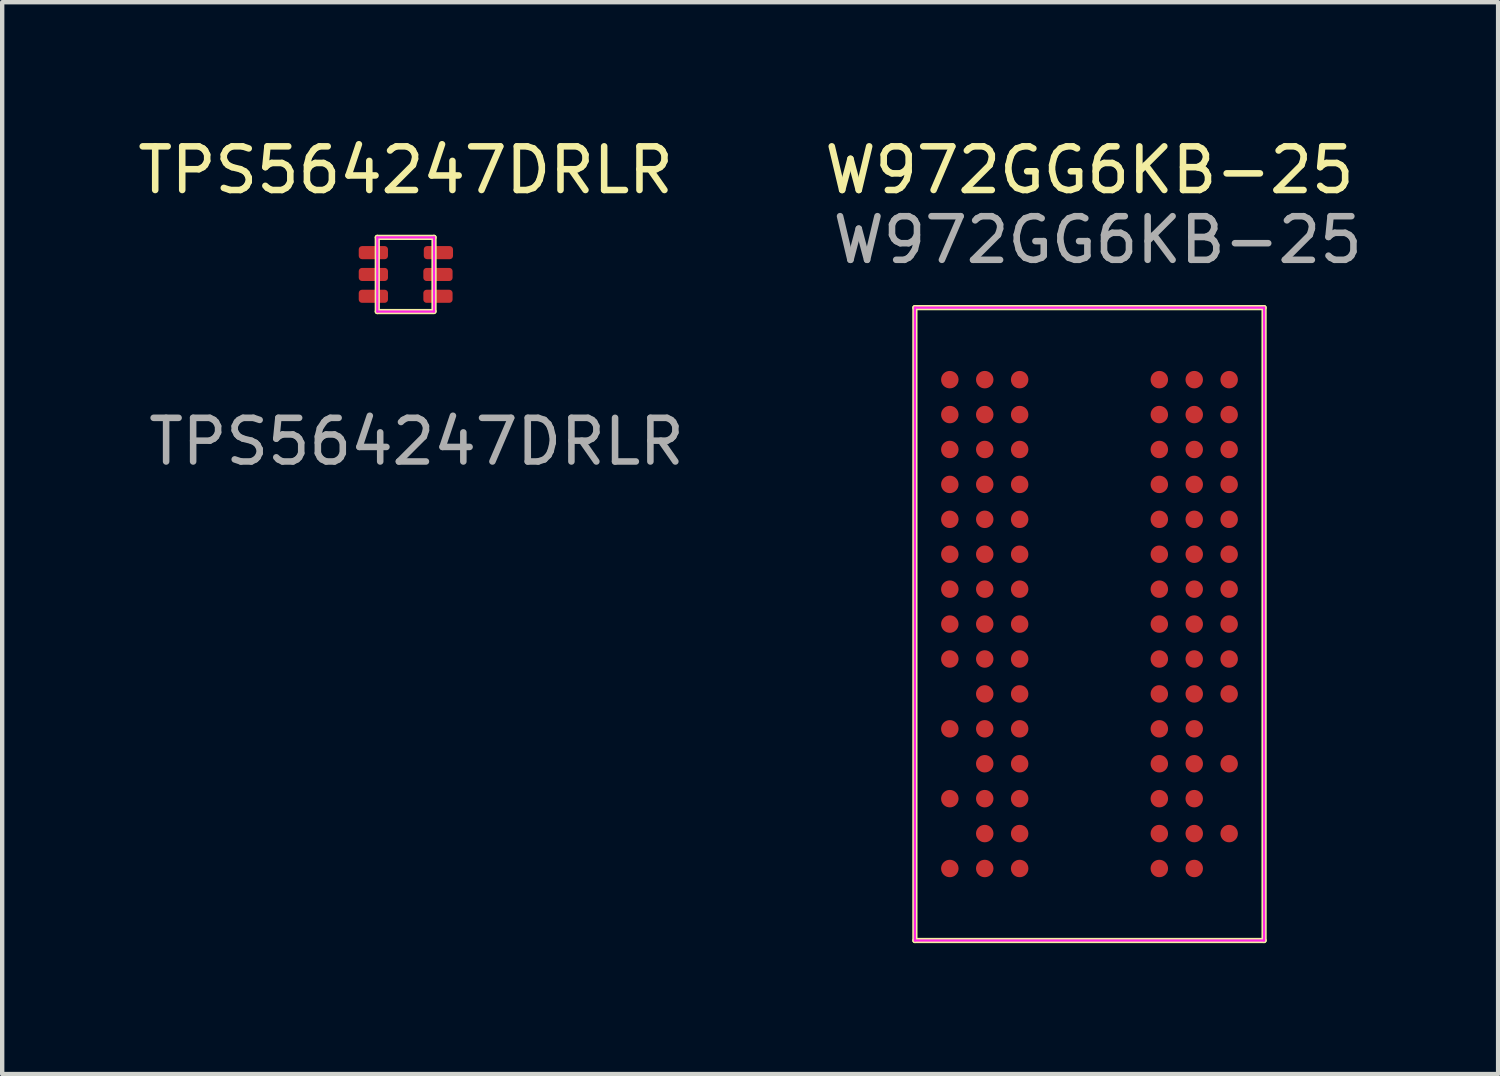
<source format=kicad_pcb>
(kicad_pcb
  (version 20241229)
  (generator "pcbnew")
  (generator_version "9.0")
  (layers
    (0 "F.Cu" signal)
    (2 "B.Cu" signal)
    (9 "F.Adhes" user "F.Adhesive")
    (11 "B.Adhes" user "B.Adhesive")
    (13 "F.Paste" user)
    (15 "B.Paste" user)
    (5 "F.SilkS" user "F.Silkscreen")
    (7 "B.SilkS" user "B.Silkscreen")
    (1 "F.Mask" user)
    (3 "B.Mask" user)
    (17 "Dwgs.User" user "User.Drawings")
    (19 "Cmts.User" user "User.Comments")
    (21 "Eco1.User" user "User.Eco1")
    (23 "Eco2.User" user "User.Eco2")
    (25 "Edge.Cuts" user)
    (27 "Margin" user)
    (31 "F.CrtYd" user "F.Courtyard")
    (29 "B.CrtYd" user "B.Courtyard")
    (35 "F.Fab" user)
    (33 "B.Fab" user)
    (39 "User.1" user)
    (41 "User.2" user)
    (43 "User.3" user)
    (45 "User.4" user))
  (footprint "TPS564247DRLR"
    (layer "F.Cu")
    (at 6.244 3.238)
    (property "Reference" "TPS564247DRLR" (at 0 -2.39 0) (unlocked yes) (layer "F.SilkS") (effects (font (size 1 1) (thickness 0.15))))
    (attr smd)
    (fp_line (start -0.65 -0.85) (end -0.65 0.85) (stroke (width 0.12) (type solid)) (layer "F.SilkS"))
    (fp_line (start -0.65 -0.85) (end 0.65 -0.85) (stroke (width 0.12) (type solid)) (layer "F.SilkS"))
    (fp_line (start -0.65 0.85) (end 0.65 0.85) (stroke (width 0.12) (type solid)) (layer "F.SilkS"))
    (fp_line (start 0.65 -0.85) (end 0.65 0.84) (stroke (width 0.12) (type solid)) (layer "F.SilkS"))
    (fp_line (start -0.65 -0.85) (end 0.65 -0.85) (stroke (width 0.05) (type solid)) (layer "F.CrtYd"))
    (fp_line (start -0.65 0.85) (end -0.65 -0.85) (stroke (width 0.05) (type solid)) (layer "F.CrtYd"))
    (fp_line (start -0.65 0.85) (end 0.65 0.85) (stroke (width 0.05) (type solid)) (layer "F.CrtYd"))
    (fp_line (start 0.65 0.85) (end 0.65 -0.85) (stroke (width 0.05) (type solid)) (layer "F.CrtYd"))
    (fp_text user "${REFERENCE}" (at 0.25 3.83 0) (unlocked yes) (layer "F.Fab") (effects (font (size 1 1) (thickness 0.15))))
    (pad "1" smd roundrect (at -0.74 -0.5) (size 0.67 0.3) (layers "F.Cu" "F.Mask" "F.Paste") (roundrect_rratio 0.25))
    (pad "2" smd roundrect (at -0.74 0) (size 0.67 0.3) (layers "F.Cu" "F.Mask" "F.Paste") (roundrect_rratio 0.25))
    (pad "3" smd roundrect (at -0.74 0.5) (size 0.67 0.3) (layers "F.Cu" "F.Mask" "F.Paste") (roundrect_rratio 0.25))
    (pad "4" smd roundrect (at 0.74 0.5) (size 0.67 0.3) (layers "F.Cu" "F.Mask" "F.Paste") (roundrect_rratio 0.25))
    (pad "5" smd roundrect (at 0.74 0) (size 0.67 0.3) (layers "F.Cu" "F.Mask" "F.Paste") (roundrect_rratio 0.25))
    (pad "6" smd roundrect (at 0.75 -0.5) (size 0.67 0.3) (layers "F.Cu" "F.Mask" "F.Paste") (roundrect_rratio 0.25)))
  (footprint "W972GG6KB-25"
    (layer "F.Cu")
    (at 21.911 11.248)
    (property "Reference" "W972GG6KB-25" (at 0 -10.4 0) (unlocked yes) (layer "F.SilkS") (effects (font (size 1 1) (thickness 0.15))))
    (attr smd)
    (fp_line (start -4 -7.25) (end 4 -7.25) (stroke (width 0.12) (type solid)) (layer "F.SilkS"))
    (fp_line (start -4 7.25) (end -4 -7.25) (stroke (width 0.12) (type solid)) (layer "F.SilkS"))
    (fp_line (start -4 7.25) (end 4 7.25) (stroke (width 0.12) (type solid)) (layer "F.SilkS"))
    (fp_line (start 4 7.25) (end 4 -7.25) (stroke (width 0.12) (type solid)) (layer "F.SilkS"))
    (fp_line (start -4 -7.25) (end 4 -7.25) (stroke (width 0.05) (type solid)) (layer "F.CrtYd"))
    (fp_line (start -4 7.25) (end -4 -7.25) (stroke (width 0.05) (type solid)) (layer "F.CrtYd"))
    (fp_line (start -4 7.25) (end 4 7.25) (stroke (width 0.05) (type solid)) (layer "F.CrtYd"))
    (fp_line (start 4 7.25) (end 4 -7.25) (stroke (width 0.05) (type solid)) (layer "F.CrtYd"))
    (fp_text user "${REFERENCE}" (at 0.19 -8.8 0) (unlocked yes) (layer "F.Fab") (effects (font (size 1 1) (thickness 0.15))))
    (pad "A1" smd circle (at -3.2 -5.6) (size 0.4 0.4) (layers "F.Cu" "F.Mask" "F.Paste"))
    (pad "A2" smd circle (at -2.4 -5.6) (size 0.4 0.4) (layers "F.Cu" "F.Mask" "F.Paste"))
    (pad "A3" smd circle (at -1.6 -5.6) (size 0.4 0.4) (layers "F.Cu" "F.Mask" "F.Paste"))
    (pad "A7" smd circle (at 1.6 -5.6) (size 0.4 0.4) (layers "F.Cu" "F.Mask" "F.Paste"))
    (pad "A8" smd circle (at 2.4 -5.6) (size 0.4 0.4) (layers "F.Cu" "F.Mask" "F.Paste"))
    (pad "A9" smd circle (at 3.2 -5.6) (size 0.4 0.4) (layers "F.Cu" "F.Mask" "F.Paste"))
    (pad "B1" smd circle (at -3.2 -4.8) (size 0.4 0.4) (layers "F.Cu" "F.Mask" "F.Paste"))
    (pad "B2" smd circle (at -2.4 -4.8) (size 0.4 0.4) (layers "F.Cu" "F.Mask" "F.Paste"))
    (pad "B3" smd circle (at -1.6 -4.8) (size 0.4 0.4) (layers "F.Cu" "F.Mask" "F.Paste"))
    (pad "B7" smd circle (at 1.6 -4.8) (size 0.4 0.4) (layers "F.Cu" "F.Mask" "F.Paste"))
    (pad "B8" smd circle (at 2.4 -4.8) (size 0.4 0.4) (layers "F.Cu" "F.Mask" "F.Paste"))
    (pad "B9" smd circle (at 3.2 -4.8) (size 0.4 0.4) (layers "F.Cu" "F.Mask" "F.Paste"))
    (pad "C1" smd circle (at -3.2 -4) (size 0.4 0.4) (layers "F.Cu" "F.Mask" "F.Paste"))
    (pad "C2" smd circle (at -2.4 -4) (size 0.4 0.4) (layers "F.Cu" "F.Mask" "F.Paste"))
    (pad "C3" smd circle (at -1.6 -4) (size 0.4 0.4) (layers "F.Cu" "F.Mask" "F.Paste"))
    (pad "C7" smd circle (at 1.6 -4) (size 0.4 0.4) (layers "F.Cu" "F.Mask" "F.Paste"))
    (pad "C8" smd circle (at 2.4 -4) (size 0.4 0.4) (layers "F.Cu" "F.Mask" "F.Paste"))
    (pad "C9" smd circle (at 3.2 -4) (size 0.4 0.4) (layers "F.Cu" "F.Mask" "F.Paste"))
    (pad "D1" smd circle (at -3.2 -3.2) (size 0.4 0.4) (layers "F.Cu" "F.Mask" "F.Paste"))
    (pad "D2" smd circle (at -2.4 -3.2) (size 0.4 0.4) (layers "F.Cu" "F.Mask" "F.Paste"))
    (pad "D3" smd circle (at -1.6 -3.2) (size 0.4 0.4) (layers "F.Cu" "F.Mask" "F.Paste"))
    (pad "D7" smd circle (at 1.6 -3.2) (size 0.4 0.4) (layers "F.Cu" "F.Mask" "F.Paste"))
    (pad "D8" smd circle (at 2.4 -3.2) (size 0.4 0.4) (layers "F.Cu" "F.Mask" "F.Paste"))
    (pad "D9" smd circle (at 3.2 -3.2) (size 0.4 0.4) (layers "F.Cu" "F.Mask" "F.Paste"))
    (pad "E1" smd circle (at -3.2 -2.4) (size 0.4 0.4) (layers "F.Cu" "F.Mask" "F.Paste"))
    (pad "E2" smd circle (at -2.4 -2.4) (size 0.4 0.4) (layers "F.Cu" "F.Mask" "F.Paste"))
    (pad "E3" smd circle (at -1.6 -2.4) (size 0.4 0.4) (layers "F.Cu" "F.Mask" "F.Paste"))
    (pad "E7" smd circle (at 1.6 -2.4) (size 0.4 0.4) (layers "F.Cu" "F.Mask" "F.Paste"))
    (pad "E8" smd circle (at 2.4 -2.4) (size 0.4 0.4) (layers "F.Cu" "F.Mask" "F.Paste"))
    (pad "E9" smd circle (at 3.2 -2.4) (size 0.4 0.4) (layers "F.Cu" "F.Mask" "F.Paste"))
    (pad "F1" smd circle (at -3.2 -1.6) (size 0.4 0.4) (layers "F.Cu" "F.Mask" "F.Paste"))
    (pad "F2" smd circle (at -2.4 -1.6) (size 0.4 0.4) (layers "F.Cu" "F.Mask" "F.Paste"))
    (pad "F3" smd circle (at -1.6 -1.6) (size 0.4 0.4) (layers "F.Cu" "F.Mask" "F.Paste"))
    (pad "F7" smd circle (at 1.6 -1.6) (size 0.4 0.4) (layers "F.Cu" "F.Mask" "F.Paste"))
    (pad "F8" smd circle (at 2.4 -1.6) (size 0.4 0.4) (layers "F.Cu" "F.Mask" "F.Paste"))
    (pad "F9" smd circle (at 3.2 -1.6) (size 0.4 0.4) (layers "F.Cu" "F.Mask" "F.Paste"))
    (pad "G1" smd circle (at -3.2 -0.8) (size 0.4 0.4) (layers "F.Cu" "F.Mask" "F.Paste"))
    (pad "G2" smd circle (at -2.4 -0.8) (size 0.4 0.4) (layers "F.Cu" "F.Mask" "F.Paste"))
    (pad "G3" smd circle (at -1.6 -0.8) (size 0.4 0.4) (layers "F.Cu" "F.Mask" "F.Paste"))
    (pad "G7" smd circle (at 1.6 -0.8) (size 0.4 0.4) (layers "F.Cu" "F.Mask" "F.Paste"))
    (pad "G8" smd circle (at 2.4 -0.8) (size 0.4 0.4) (layers "F.Cu" "F.Mask" "F.Paste"))
    (pad "G9" smd circle (at 3.2 -0.8) (size 0.4 0.4) (layers "F.Cu" "F.Mask" "F.Paste"))
    (pad "H1" smd circle (at -3.2 0) (size 0.4 0.4) (layers "F.Cu" "F.Mask" "F.Paste"))
    (pad "H2" smd circle (at -2.4 0) (size 0.4 0.4) (layers "F.Cu" "F.Mask" "F.Paste"))
    (pad "H3" smd circle (at -1.6 0) (size 0.4 0.4) (layers "F.Cu" "F.Mask" "F.Paste"))
    (pad "H7" smd circle (at 1.6 0) (size 0.4 0.4) (layers "F.Cu" "F.Mask" "F.Paste"))
    (pad "H8" smd circle (at 2.4 0) (size 0.4 0.4) (layers "F.Cu" "F.Mask" "F.Paste"))
    (pad "H9" smd circle (at 3.2 0) (size 0.4 0.4) (layers "F.Cu" "F.Mask" "F.Paste"))
    (pad "J1" smd circle (at -3.2 0.8) (size 0.4 0.4) (layers "F.Cu" "F.Mask" "F.Paste"))
    (pad "J2" smd circle (at -2.4 0.8) (size 0.4 0.4) (layers "F.Cu" "F.Mask" "F.Paste"))
    (pad "J3" smd circle (at -1.6 0.8) (size 0.4 0.4) (layers "F.Cu" "F.Mask" "F.Paste"))
    (pad "J7" smd circle (at 1.6 0.8) (size 0.4 0.4) (layers "F.Cu" "F.Mask" "F.Paste"))
    (pad "J8" smd circle (at 2.4 0.8) (size 0.4 0.4) (layers "F.Cu" "F.Mask" "F.Paste"))
    (pad "J9" smd circle (at 3.2 0.8) (size 0.4 0.4) (layers "F.Cu" "F.Mask" "F.Paste"))
    (pad "K2" smd circle (at -2.4 1.6) (size 0.4 0.4) (layers "F.Cu" "F.Mask" "F.Paste"))
    (pad "K3" smd circle (at -1.6 1.6) (size 0.4 0.4) (layers "F.Cu" "F.Mask" "F.Paste"))
    (pad "K7" smd circle (at 1.6 1.6) (size 0.4 0.4) (layers "F.Cu" "F.Mask" "F.Paste"))
    (pad "K8" smd circle (at 2.4 1.6) (size 0.4 0.4) (layers "F.Cu" "F.Mask" "F.Paste"))
    (pad "K9" smd circle (at 3.2 1.6) (size 0.4 0.4) (layers "F.Cu" "F.Mask" "F.Paste"))
    (pad "L1" smd circle (at -3.2 2.4) (size 0.4 0.4) (layers "F.Cu" "F.Mask" "F.Paste"))
    (pad "L2" smd circle (at -2.4 2.4) (size 0.4 0.4) (layers "F.Cu" "F.Mask" "F.Paste"))
    (pad "L3" smd circle (at -1.6 2.4) (size 0.4 0.4) (layers "F.Cu" "F.Mask" "F.Paste"))
    (pad "L7" smd circle (at 1.6 2.4) (size 0.4 0.4) (layers "F.Cu" "F.Mask" "F.Paste"))
    (pad "L8" smd circle (at 2.4 2.4) (size 0.4 0.4) (layers "F.Cu" "F.Mask" "F.Paste"))
    (pad "M2" smd circle (at -2.4 3.2) (size 0.4 0.4) (layers "F.Cu" "F.Mask" "F.Paste"))
    (pad "M3" smd circle (at -1.6 3.2) (size 0.4 0.4) (layers "F.Cu" "F.Mask" "F.Paste"))
    (pad "M7" smd circle (at 1.6 3.2) (size 0.4 0.4) (layers "F.Cu" "F.Mask" "F.Paste"))
    (pad "M8" smd circle (at 2.4 3.2) (size 0.4 0.4) (layers "F.Cu" "F.Mask" "F.Paste"))
    (pad "M9" smd circle (at 3.2 3.2) (size 0.4 0.4) (layers "F.Cu" "F.Mask" "F.Paste"))
    (pad "N1" smd circle (at -3.2 4) (size 0.4 0.4) (layers "F.Cu" "F.Mask" "F.Paste"))
    (pad "N2" smd circle (at -2.4 4) (size 0.4 0.4) (layers "F.Cu" "F.Mask" "F.Paste"))
    (pad "N3" smd circle (at -1.6 4) (size 0.4 0.4) (layers "F.Cu" "F.Mask" "F.Paste"))
    (pad "N7" smd circle (at 1.6 4) (size 0.4 0.4) (layers "F.Cu" "F.Mask" "F.Paste"))
    (pad "N8" smd circle (at 2.4 4) (size 0.4 0.4) (layers "F.Cu" "F.Mask" "F.Paste"))
    (pad "P2" smd circle (at -2.4 4.8) (size 0.4 0.4) (layers "F.Cu" "F.Mask" "F.Paste"))
    (pad "P3" smd circle (at -1.6 4.8) (size 0.4 0.4) (layers "F.Cu" "F.Mask" "F.Paste"))
    (pad "P7" smd circle (at 1.6 4.8) (size 0.4 0.4) (layers "F.Cu" "F.Mask" "F.Paste"))
    (pad "P8" smd circle (at 2.4 4.8) (size 0.4 0.4) (layers "F.Cu" "F.Mask" "F.Paste"))
    (pad "P9" smd circle (at 3.2 4.8) (size 0.4 0.4) (layers "F.Cu" "F.Mask" "F.Paste"))
    (pad "R1" smd circle (at -3.2 5.6) (size 0.4 0.4) (layers "F.Cu" "F.Mask" "F.Paste"))
    (pad "R2" smd circle (at -2.4 5.6) (size 0.4 0.4) (layers "F.Cu" "F.Mask" "F.Paste"))
    (pad "R3" smd circle (at -1.6 5.6) (size 0.4 0.4) (layers "F.Cu" "F.Mask" "F.Paste"))
    (pad "R7" smd circle (at 1.6 5.6) (size 0.4 0.4) (layers "F.Cu" "F.Mask" "F.Paste"))
    (pad "R8" smd circle (at 2.4 5.6) (size 0.4 0.4) (layers "F.Cu" "F.Mask" "F.Paste")))
  (gr_rect
    (start -3 -3)
    (end 31.273 21.558)
    (stroke (width 0.1) (type default))
    (fill no)
    (layer "Edge.Cuts")))
</source>
